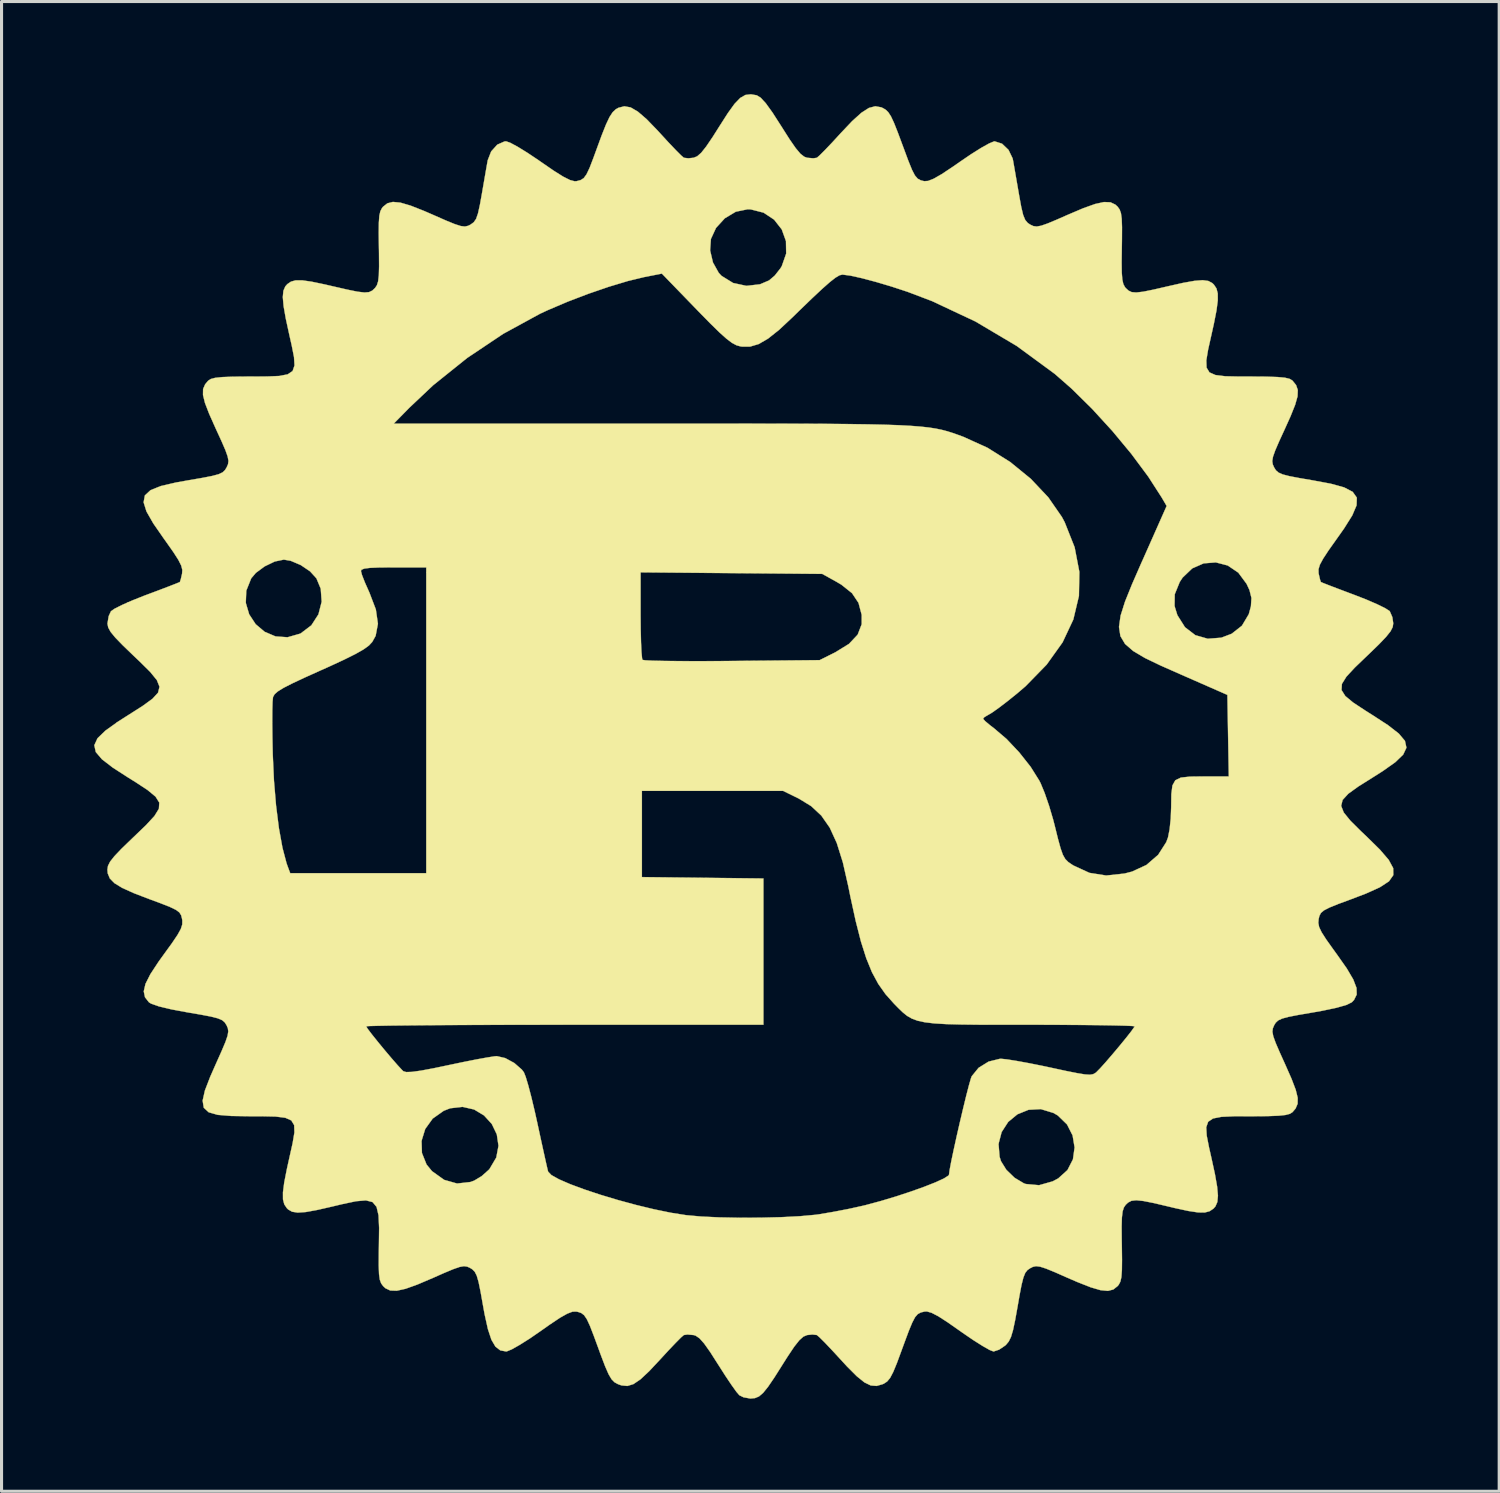
<source format=kicad_pcb>
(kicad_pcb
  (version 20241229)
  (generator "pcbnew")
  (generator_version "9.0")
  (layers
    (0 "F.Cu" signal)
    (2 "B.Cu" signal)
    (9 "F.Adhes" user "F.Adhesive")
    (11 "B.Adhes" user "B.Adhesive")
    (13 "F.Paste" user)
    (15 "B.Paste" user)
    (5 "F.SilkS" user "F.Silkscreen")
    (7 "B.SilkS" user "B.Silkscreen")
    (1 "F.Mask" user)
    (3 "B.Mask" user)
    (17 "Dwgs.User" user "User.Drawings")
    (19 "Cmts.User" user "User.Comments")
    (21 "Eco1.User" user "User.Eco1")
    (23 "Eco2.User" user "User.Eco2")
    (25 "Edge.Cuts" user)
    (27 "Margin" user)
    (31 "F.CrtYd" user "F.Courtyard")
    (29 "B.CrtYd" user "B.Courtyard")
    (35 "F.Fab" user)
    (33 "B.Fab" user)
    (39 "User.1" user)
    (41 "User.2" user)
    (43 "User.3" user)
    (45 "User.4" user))
  (footprint "rust_logo"
    (layer "F.Cu")
    (at 21.257 21.34)
    (property "Reference" "rust_logo" (at 0 0 0) (layer "F.SilkS") (effects (font (size 1.524 1.524) (thickness 0.3))))
    (attr through_hole)
    (fp_poly (pts (xy 0.206 -21.303) (xy 0.332 -21.227) (xy 0.499 -21.046) (xy 0.717 -20.744) (xy 0.998 -20.306) (xy 1.01 -20.287) (xy 1.271 -19.876) (xy 1.469 -19.591) (xy 1.621 -19.41) (xy 1.746 -19.313) (xy 1.836 -19.28) (xy 2.037 -19.262) (xy 2.154 -19.279) (xy 2.243 -19.356) (xy 2.419 -19.532) (xy 2.657 -19.782) (xy 2.921 -20.07) (xy 3.297 -20.467) (xy 3.596 -20.737) (xy 3.839 -20.893) (xy 4.046 -20.948) (xy 4.238 -20.914) (xy 4.27 -20.9) (xy 4.375 -20.842) (xy 4.464 -20.759) (xy 4.552 -20.625) (xy 4.652 -20.412) (xy 4.778 -20.094) (xy 4.945 -19.645) (xy 4.962 -19.6) (xy 5.118 -19.179) (xy 5.235 -18.891) (xy 5.33 -18.707) (xy 5.42 -18.602) (xy 5.521 -18.548) (xy 5.632 -18.521) (xy 5.758 -18.529) (xy 5.939 -18.601) (xy 6.196 -18.748) (xy 6.552 -18.984) (xy 6.785 -19.146) (xy 7.146 -19.392) (xy 7.472 -19.597) (xy 7.731 -19.742) (xy 7.892 -19.809) (xy 7.912 -19.812) (xy 8.153 -19.735) (xy 8.362 -19.535) (xy 8.495 -19.259) (xy 8.508 -19.199) (xy 8.544 -18.996) (xy 8.599 -18.679) (xy 8.665 -18.299) (xy 8.703 -18.079) (xy 8.774 -17.688) (xy 8.836 -17.428) (xy 8.902 -17.267) (xy 8.985 -17.168) (xy 9.067 -17.113) (xy 9.168 -17.066) (xy 9.275 -17.052) (xy 9.42 -17.078) (xy 9.634 -17.153) (xy 9.947 -17.284) (xy 10.271 -17.427) (xy 10.781 -17.644) (xy 11.168 -17.782) (xy 11.455 -17.845) (xy 11.665 -17.837) (xy 11.824 -17.762) (xy 11.898 -17.693) (xy 11.961 -17.605) (xy 12.004 -17.486) (xy 12.029 -17.306) (xy 12.039 -17.033) (xy 12.037 -16.638) (xy 12.033 -16.372) (xy 12.027 -15.897) (xy 12.031 -15.561) (xy 12.049 -15.334) (xy 12.082 -15.187) (xy 12.135 -15.089) (xy 12.157 -15.062) (xy 12.248 -14.977) (xy 12.353 -14.927) (xy 12.502 -14.915) (xy 12.726 -14.941) (xy 13.054 -15.007) (xy 13.513 -15.113) (xy 14.018 -15.227) (xy 14.389 -15.293) (xy 14.652 -15.314) (xy 14.834 -15.289) (xy 14.962 -15.221) (xy 15.015 -15.17) (xy 15.098 -15.047) (xy 15.14 -14.885) (xy 15.141 -14.657) (xy 15.1 -14.338) (xy 15.014 -13.9) (xy 14.931 -13.526) (xy 14.827 -13.061) (xy 14.77 -12.718) (xy 14.778 -12.48) (xy 14.871 -12.327) (xy 15.066 -12.241) (xy 15.382 -12.202) (xy 15.836 -12.192) (xy 16.221 -12.192) (xy 16.719 -12.189) (xy 17.074 -12.177) (xy 17.314 -12.155) (xy 17.465 -12.119) (xy 17.555 -12.066) (xy 17.562 -12.059) (xy 17.678 -11.916) (xy 17.733 -11.757) (xy 17.725 -11.553) (xy 17.648 -11.279) (xy 17.498 -10.905) (xy 17.319 -10.508) (xy 17.127 -10.09) (xy 17 -9.795) (xy 16.929 -9.593) (xy 16.906 -9.454) (xy 16.922 -9.348) (xy 16.965 -9.25) (xy 17.025 -9.154) (xy 17.108 -9.082) (xy 17.243 -9.022) (xy 17.46 -8.966) (xy 17.789 -8.903) (xy 18.204 -8.832) (xy 18.8 -8.721) (xy 19.233 -8.602) (xy 19.512 -8.457) (xy 19.645 -8.269) (xy 19.637 -8.021) (xy 19.498 -7.695) (xy 19.234 -7.274) (xy 19.001 -6.944) (xy 18.732 -6.565) (xy 18.553 -6.292) (xy 18.448 -6.097) (xy 18.404 -5.951) (xy 18.406 -5.828) (xy 18.409 -5.807) (xy 18.451 -5.624) (xy 18.48 -5.537) (xy 18.563 -5.501) (xy 18.775 -5.418) (xy 19.085 -5.3) (xy 19.464 -5.157) (xy 19.553 -5.124) (xy 19.954 -4.968) (xy 20.302 -4.817) (xy 20.563 -4.689) (xy 20.704 -4.599) (xy 20.713 -4.589) (xy 20.796 -4.398) (xy 20.825 -4.198) (xy 20.807 -4.077) (xy 20.736 -3.939) (xy 20.594 -3.761) (xy 20.364 -3.52) (xy 20.027 -3.193) (xy 19.977 -3.146) (xy 19.579 -2.764) (xy 19.306 -2.469) (xy 19.162 -2.236) (xy 19.15 -2.037) (xy 19.271 -1.844) (xy 19.528 -1.631) (xy 19.924 -1.37) (xy 20.151 -1.227) (xy 20.654 -0.9) (xy 21.005 -0.627) (xy 21.204 -0.391) (xy 21.252 -0.17) (xy 21.147 0.054) (xy 20.891 0.301) (xy 20.482 0.59) (xy 20.143 0.805) (xy 19.685 1.093) (xy 19.367 1.323) (xy 19.185 1.522) (xy 19.137 1.715) (xy 19.222 1.93) (xy 19.437 2.195) (xy 19.779 2.535) (xy 19.977 2.723) (xy 20.393 3.132) (xy 20.677 3.463) (xy 20.823 3.732) (xy 20.827 3.958) (xy 20.686 4.159) (xy 20.393 4.351) (xy 19.944 4.554) (xy 19.454 4.741) (xy 19.04 4.894) (xy 18.759 5.008) (xy 18.582 5.099) (xy 18.483 5.183) (xy 18.433 5.278) (xy 18.409 5.378) (xy 18.398 5.506) (xy 18.424 5.64) (xy 18.504 5.808) (xy 18.652 6.04) (xy 18.883 6.365) (xy 19 6.526) (xy 19.321 6.983) (xy 19.53 7.338) (xy 19.635 7.613) (xy 19.641 7.827) (xy 19.555 8.001) (xy 19.483 8.077) (xy 19.312 8.162) (xy 18.983 8.256) (xy 18.507 8.356) (xy 18.204 8.409) (xy 17.75 8.487) (xy 17.433 8.549) (xy 17.225 8.605) (xy 17.096 8.666) (xy 17.017 8.74) (xy 16.967 8.822) (xy 16.924 8.924) (xy 16.911 9.032) (xy 16.938 9.177) (xy 17.014 9.388) (xy 17.146 9.695) (xy 17.321 10.082) (xy 17.531 10.558) (xy 17.666 10.912) (xy 17.73 11.172) (xy 17.727 11.365) (xy 17.661 11.519) (xy 17.562 11.636) (xy 17.478 11.69) (xy 17.335 11.728) (xy 17.107 11.752) (xy 16.766 11.765) (xy 16.285 11.769) (xy 16.221 11.769) (xy 15.665 11.77) (xy 15.26 11.788) (xy 14.987 11.841) (xy 14.829 11.948) (xy 14.767 12.127) (xy 14.783 12.399) (xy 14.858 12.781) (xy 14.931 13.103) (xy 15.049 13.645) (xy 15.12 14.05) (xy 15.146 14.342) (xy 15.127 14.546) (xy 15.065 14.689) (xy 15.001 14.761) (xy 14.877 14.845) (xy 14.72 14.887) (xy 14.499 14.884) (xy 14.187 14.837) (xy 13.752 14.743) (xy 13.531 14.69) (xy 13.064 14.58) (xy 12.731 14.514) (xy 12.501 14.49) (xy 12.345 14.508) (xy 12.234 14.566) (xy 12.157 14.639) (xy 12.098 14.727) (xy 12.058 14.854) (xy 12.035 15.05) (xy 12.027 15.346) (xy 12.03 15.771) (xy 12.033 15.949) (xy 12.039 16.42) (xy 12.035 16.753) (xy 12.019 16.978) (xy 11.986 17.125) (xy 11.934 17.225) (xy 11.898 17.269) (xy 11.759 17.38) (xy 11.582 17.426) (xy 11.343 17.403) (xy 11.019 17.308) (xy 10.584 17.136) (xy 10.276 17.003) (xy 9.867 16.822) (xy 9.581 16.705) (xy 9.386 16.642) (xy 9.253 16.626) (xy 9.15 16.648) (xy 9.07 16.688) (xy 8.976 16.752) (xy 8.904 16.844) (xy 8.844 16.994) (xy 8.784 17.231) (xy 8.716 17.586) (xy 8.66 17.91) (xy 8.577 18.372) (xy 8.508 18.698) (xy 8.442 18.919) (xy 8.369 19.067) (xy 8.281 19.173) (xy 8.253 19.198) (xy 8.057 19.33) (xy 7.884 19.388) (xy 7.877 19.389) (xy 7.752 19.341) (xy 7.523 19.211) (xy 7.218 19.018) (xy 6.868 18.779) (xy 6.788 18.722) (xy 6.382 18.438) (xy 6.085 18.247) (xy 5.873 18.137) (xy 5.722 18.093) (xy 5.64 18.096) (xy 5.519 18.126) (xy 5.422 18.178) (xy 5.335 18.279) (xy 5.243 18.454) (xy 5.13 18.727) (xy 4.983 19.123) (xy 4.905 19.336) (xy 4.748 19.761) (xy 4.627 20.055) (xy 4.527 20.245) (xy 4.431 20.361) (xy 4.325 20.431) (xy 4.287 20.448) (xy 4.09 20.505) (xy 3.9 20.49) (xy 3.694 20.39) (xy 3.447 20.191) (xy 3.135 19.879) (xy 2.921 19.646) (xy 2.649 19.351) (xy 2.413 19.102) (xy 2.239 18.929) (xy 2.154 18.856) (xy 2.009 18.839) (xy 1.837 18.857) (xy 1.718 18.907) (xy 1.584 19.027) (xy 1.417 19.238) (xy 1.199 19.565) (xy 1.05 19.801) (xy 0.78 20.228) (xy 0.574 20.531) (xy 0.414 20.729) (xy 0.279 20.845) (xy 0.149 20.899) (xy 0.003 20.913) (xy 0 20.913) (xy -0.222 20.873) (xy -0.356 20.807) (xy -0.451 20.697) (xy -0.611 20.473) (xy -0.815 20.169) (xy -1.04 19.816) (xy -1.05 19.801) (xy -1.305 19.402) (xy -1.498 19.13) (xy -1.647 18.963) (xy -1.772 18.877) (xy -1.837 18.857) (xy -2.038 18.839) (xy -2.154 18.856) (xy -2.243 18.932) (xy -2.419 19.109) (xy -2.657 19.359) (xy -2.921 19.646) (xy -3.28 20.029) (xy -3.56 20.291) (xy -3.787 20.445) (xy -3.984 20.506) (xy -4.174 20.488) (xy -4.287 20.448) (xy -4.401 20.386) (xy -4.498 20.287) (xy -4.594 20.123) (xy -4.707 19.864) (xy -4.852 19.483) (xy -4.905 19.336) (xy -5.073 18.879) (xy -5.198 18.556) (xy -5.297 18.343) (xy -5.385 18.214) (xy -5.476 18.144) (xy -5.584 18.107) (xy -5.64 18.096) (xy -5.763 18.1) (xy -5.93 18.163) (xy -6.166 18.296) (xy -6.493 18.514) (xy -6.788 18.722) (xy -7.146 18.969) (xy -7.471 19.174) (xy -7.729 19.32) (xy -7.89 19.386) (xy -7.909 19.389) (xy -8.101 19.353) (xy -8.257 19.233) (xy -8.388 19.01) (xy -8.502 18.665) (xy -8.61 18.178) (xy -8.66 17.902) (xy -8.74 17.452) (xy -8.804 17.14) (xy -8.863 16.935) (xy -8.927 16.808) (xy -9.006 16.728) (xy -9.07 16.688) (xy -9.171 16.641) (xy -9.278 16.626) (xy -9.421 16.651) (xy -9.632 16.725) (xy -9.942 16.855) (xy -10.276 17.003) (xy -10.785 17.22) (xy -11.17 17.358) (xy -11.455 17.421) (xy -11.664 17.414) (xy -11.822 17.34) (xy -11.898 17.269) (xy -11.961 17.181) (xy -12.004 17.063) (xy -12.029 16.882) (xy -12.039 16.61) (xy -12.037 16.215) (xy -12.033 15.949) (xy -12.026 15.388) (xy -12.045 14.979) (xy -12.109 14.705) (xy -12.239 14.549) (xy -12.454 14.494) (xy -12.777 14.522) (xy -13.226 14.617) (xy -13.531 14.69) (xy -14.034 14.805) (xy -14.402 14.872) (xy -14.663 14.89) (xy -14.845 14.862) (xy -14.973 14.788) (xy -15.015 14.746) (xy -15.098 14.623) (xy -15.14 14.461) (xy -15.141 14.234) (xy -15.1 13.915) (xy -15.014 13.477) (xy -14.931 13.103) (xy -14.827 12.637) (xy -14.815 12.564) (xy -10.651 12.564) (xy -10.639 12.96) (xy -10.49 13.332) (xy -10.313 13.548) (xy -9.919 13.83) (xy -9.502 13.948) (xy -9.072 13.9) (xy -8.947 13.855) (xy -8.704 13.709) (xy -8.474 13.504) (xy -8.449 13.476) (xy -8.231 13.107) (xy -8.159 12.726) (xy -8.214 12.355) (xy -8.376 12.019) (xy -8.628 11.743) (xy -8.949 11.55) (xy -9.322 11.465) (xy -9.725 11.511) (xy -9.933 11.592) (xy -10.291 11.845) (xy -10.533 12.181) (xy -10.651 12.564) (xy -14.815 12.564) (xy -14.77 12.295) (xy -14.778 12.057) (xy -14.871 11.904) (xy -15.066 11.818) (xy -15.382 11.779) (xy -15.836 11.769) (xy -16.221 11.769) (xy -16.816 11.76) (xy -17.255 11.724) (xy -17.548 11.64) (xy -17.706 11.493) (xy -17.743 11.263) (xy -17.669 10.934) (xy -17.496 10.486) (xy -17.32 10.087) (xy -17.131 9.664) (xy -17.005 9.366) (xy -16.935 9.161) (xy -16.912 9.02) (xy -16.927 8.913) (xy -16.952 8.856) (xy -12.446 8.856) (xy -12.395 8.939) (xy -12.26 9.117) (xy -12.069 9.356) (xy -11.848 9.624) (xy -11.626 9.887) (xy -11.429 10.113) (xy -11.285 10.269) (xy -11.241 10.311) (xy -11.149 10.338) (xy -10.964 10.332) (xy -10.668 10.291) (xy -10.242 10.211) (xy -9.776 10.113) (xy -9.304 10.014) (xy -8.877 9.929) (xy -8.528 9.866) (xy -8.289 9.828) (xy -8.213 9.822) (xy -7.942 9.885) (xy -7.648 10.044) (xy -7.403 10.258) (xy -7.336 10.346) (xy -7.278 10.492) (xy -7.194 10.771) (xy -7.094 11.153) (xy -6.986 11.606) (xy -6.903 11.98) (xy -6.799 12.461) (xy -6.705 12.89) (xy -6.628 13.238) (xy -6.574 13.475) (xy -6.552 13.563) (xy -6.446 13.674) (xy -6.199 13.812) (xy -5.835 13.97) (xy -5.38 14.139) (xy -4.856 14.313) (xy -4.29 14.483) (xy -3.705 14.642) (xy -3.126 14.782) (xy -2.578 14.895) (xy -2.084 14.973) (xy -2.074 14.974) (xy -1.599 15.017) (xy -1.008 15.045) (xy -0.347 15.058) (xy 0.339 15.055) (xy 1.005 15.038) (xy 1.607 15.007) (xy 2.099 14.962) (xy 2.22 14.946) (xy 2.685 14.867) (xy 3.189 14.77) (xy 3.641 14.67) (xy 3.744 14.645) (xy 4.229 14.514) (xy 4.725 14.365) (xy 5.204 14.207) (xy 5.639 14.051) (xy 6.004 13.907) (xy 6.273 13.783) (xy 6.417 13.69) (xy 6.435 13.66) (xy 6.454 13.513) (xy 6.506 13.237) (xy 6.584 12.866) (xy 6.629 12.663) (xy 8.039 12.663) (xy 8.073 13.081) (xy 8.118 13.224) (xy 8.291 13.503) (xy 8.56 13.763) (xy 8.858 13.941) (xy 8.923 13.964) (xy 9.351 14.003) (xy 9.794 13.878) (xy 9.972 13.783) (xy 10.272 13.512) (xy 10.449 13.166) (xy 10.503 12.78) (xy 10.438 12.39) (xy 10.257 12.034) (xy 9.961 11.746) (xy 9.82 11.663) (xy 9.409 11.538) (xy 9.011 11.56) (xy 8.651 11.706) (xy 8.352 11.953) (xy 8.14 12.28) (xy 8.039 12.663) (xy 6.629 12.663) (xy 6.679 12.433) (xy 6.784 11.974) (xy 6.891 11.521) (xy 6.991 11.11) (xy 7.078 10.774) (xy 7.143 10.547) (xy 7.17 10.474) (xy 7.393 10.2) (xy 7.717 9.999) (xy 8.076 9.91) (xy 8.128 9.908) (xy 8.313 9.927) (xy 8.626 9.977) (xy 9.031 10.051) (xy 9.49 10.143) (xy 9.737 10.196) (xy 10.233 10.303) (xy 10.591 10.374) (xy 10.837 10.414) (xy 11 10.424) (xy 11.105 10.406) (xy 11.179 10.365) (xy 11.207 10.342) (xy 11.331 10.216) (xy 11.518 10.008) (xy 11.739 9.751) (xy 11.969 9.477) (xy 12.18 9.219) (xy 12.344 9.009) (xy 12.436 8.879) (xy 12.446 8.856) (xy 12.364 8.845) (xy 12.131 8.835) (xy 11.765 8.826) (xy 11.282 8.818) (xy 10.702 8.812) (xy 10.042 8.808) (xy 9.321 8.805) (xy 9.051 8.805) (xy 8.162 8.805) (xy 7.425 8.804) (xy 6.822 8.797) (xy 6.338 8.784) (xy 5.954 8.761) (xy 5.653 8.725) (xy 5.418 8.675) (xy 5.232 8.606) (xy 5.077 8.517) (xy 4.937 8.404) (xy 4.794 8.266) (xy 4.652 8.121) (xy 4.378 7.814) (xy 4.143 7.481) (xy 3.938 7.101) (xy 3.754 6.65) (xy 3.581 6.106) (xy 3.413 5.447) (xy 3.239 4.65) (xy 3.172 4.318) (xy 2.996 3.545) (xy 2.8 2.92) (xy 2.572 2.422) (xy 2.299 2.03) (xy 1.971 1.724) (xy 1.574 1.481) (xy 1.55 1.469) (xy 1.058 1.228) (xy -3.514 1.228) (xy -3.514 4.022) (xy 0.423 4.067) (xy 0.423 8.805) (xy -6.011 8.805) (xy -7.039 8.806) (xy -8.015 8.808) (xy -8.928 8.811) (xy -9.764 8.815) (xy -10.511 8.82) (xy -11.155 8.826) (xy -11.683 8.832) (xy -12.083 8.84) (xy -12.341 8.847) (xy -12.445 8.855) (xy -12.446 8.856) (xy -16.952 8.856) (xy -16.968 8.821) (xy -17.027 8.728) (xy -17.112 8.656) (xy -17.251 8.597) (xy -17.474 8.54) (xy -17.81 8.476) (xy -18.204 8.409) (xy -18.753 8.307) (xy -19.16 8.21) (xy -19.414 8.12) (xy -19.483 8.077) (xy -19.61 7.915) (xy -19.65 7.723) (xy -19.594 7.48) (xy -19.436 7.167) (xy -19.17 6.762) (xy -19 6.526) (xy -18.732 6.156) (xy -18.554 5.891) (xy -18.449 5.701) (xy -18.403 5.557) (xy -18.401 5.43) (xy -18.409 5.378) (xy -18.438 5.261) (xy -18.494 5.169) (xy -18.604 5.085) (xy -18.796 4.992) (xy -19.096 4.873) (xy -19.454 4.741) (xy -19.972 4.542) (xy -20.347 4.373) (xy -20.599 4.219) (xy -20.749 4.066) (xy -20.818 3.899) (xy -20.828 3.781) (xy -20.809 3.659) (xy -20.74 3.521) (xy -20.601 3.345) (xy -20.375 3.107) (xy -20.043 2.786) (xy -19.977 2.723) (xy -19.577 2.339) (xy -19.304 2.043) (xy -19.16 1.809) (xy -19.147 1.609) (xy -19.268 1.416) (xy -19.525 1.203) (xy -19.92 0.943) (xy -20.151 0.8) (xy -20.653 0.476) (xy -21.004 0.206) (xy -21.204 -0.029) (xy -21.252 -0.249) (xy -21.149 -0.474) (xy -20.894 -0.721) (xy -20.54 -0.974) (xy -15.488 -0.974) (xy -15.483 -0.501) (xy -15.472 0.019) (xy -15.472 0.028) (xy -15.433 0.889) (xy -15.365 1.702) (xy -15.272 2.439) (xy -15.157 3.073) (xy -15.025 3.573) (xy -14.984 3.688) (xy -14.906 3.895) (xy -10.499 3.895) (xy -10.499 -4.463) (xy -3.556 -4.463) (xy -3.552 -3.994) (xy -3.542 -3.585) (xy -3.527 -3.266) (xy -3.508 -3.066) (xy -3.494 -3.014) (xy -3.397 -3) (xy -3.151 -2.988) (xy -2.776 -2.98) (xy -2.293 -2.975) (xy -1.72 -2.973) (xy -1.08 -2.975) (xy -0.594 -2.979) (xy 2.244 -3.006) (xy 2.752 -3.26) (xy 3.194 -3.532) (xy 3.476 -3.831) (xy 3.606 -4.169) (xy 3.606 -4.473) (xy 3.503 -4.861) (xy 3.293 -5.175) (xy 2.95 -5.449) (xy 2.779 -5.55) (xy 2.328 -5.8) (xy -3.556 -5.85) (xy -3.556 -4.463) (xy -10.499 -4.463) (xy -10.499 -6.011) (xy -11.557 -6.011) (xy -12.012 -6.008) (xy -12.321 -5.995) (xy -12.509 -5.971) (xy -12.598 -5.933) (xy -12.615 -5.894) (xy -12.581 -5.764) (xy -12.49 -5.53) (xy -12.361 -5.239) (xy -12.341 -5.195) (xy -12.132 -4.648) (xy -12.065 -4.184) (xy -12.139 -3.793) (xy -12.25 -3.594) (xy -12.355 -3.481) (xy -12.527 -3.356) (xy -12.786 -3.208) (xy -13.153 -3.025) (xy -13.647 -2.796) (xy -13.923 -2.673) (xy -14.453 -2.434) (xy -14.847 -2.249) (xy -15.124 -2.107) (xy -15.305 -1.995) (xy -15.41 -1.903) (xy -15.459 -1.819) (xy -15.464 -1.803) (xy -15.478 -1.655) (xy -15.486 -1.369) (xy -15.488 -0.974) (xy -20.54 -0.974) (xy -20.487 -1.012) (xy -20.144 -1.231) (xy -19.687 -1.522) (xy -19.369 -1.753) (xy -19.187 -1.951) (xy -19.14 -2.144) (xy -19.225 -2.358) (xy -19.44 -2.622) (xy -19.782 -2.961) (xy -19.977 -3.146) (xy -20.329 -3.485) (xy -20.571 -3.735) (xy -20.723 -3.92) (xy -20.801 -4.062) (xy -20.825 -4.183) (xy -20.825 -4.198) (xy -20.786 -4.431) (xy -20.713 -4.589) (xy -20.595 -4.672) (xy -20.352 -4.794) (xy -20.2 -4.861) (xy -16.345 -4.861) (xy -16.236 -4.491) (xy -16.026 -4.171) (xy -15.734 -3.924) (xy -15.383 -3.775) (xy -14.993 -3.747) (xy -14.586 -3.863) (xy -14.564 -3.874) (xy -14.222 -4.133) (xy -13.992 -4.488) (xy -13.887 -4.897) (xy -13.917 -5.319) (xy -14.057 -5.656) (xy -14.264 -5.883) (xy -14.565 -6.086) (xy -14.89 -6.224) (xy -15.113 -6.262) (xy -15.407 -6.201) (xy -15.733 -6.044) (xy -16.019 -5.833) (xy -16.169 -5.656) (xy -16.329 -5.257) (xy -16.345 -4.861) (xy -20.2 -4.861) (xy -20.015 -4.942) (xy -19.621 -5.099) (xy -19.553 -5.124) (xy -19.163 -5.27) (xy -18.835 -5.395) (xy -18.599 -5.487) (xy -18.486 -5.534) (xy -18.48 -5.537) (xy -18.451 -5.626) (xy -18.409 -5.807) (xy -18.401 -5.93) (xy -18.437 -6.07) (xy -18.53 -6.255) (xy -18.696 -6.513) (xy -18.949 -6.872) (xy -19.001 -6.944) (xy -19.342 -7.436) (xy -19.562 -7.821) (xy -19.655 -8.118) (xy -19.614 -8.342) (xy -19.43 -8.512) (xy -19.097 -8.646) (xy -18.607 -8.76) (xy -18.204 -8.832) (xy -17.75 -8.91) (xy -17.434 -8.972) (xy -17.226 -9.028) (xy -17.097 -9.088) (xy -17.018 -9.163) (xy -16.965 -9.25) (xy -16.92 -9.353) (xy -16.906 -9.46) (xy -16.932 -9.602) (xy -17.005 -9.808) (xy -17.135 -10.108) (xy -17.319 -10.508) (xy -17.39 -10.668) (xy -11.552 -10.668) (xy -3.157 -10.668) (xy -1.737 -10.668) (xy -0.476 -10.668) (xy 0.637 -10.666) (xy 1.613 -10.664) (xy 2.462 -10.66) (xy 3.197 -10.653) (xy 3.826 -10.644) (xy 4.361 -10.632) (xy 4.814 -10.616) (xy 5.193 -10.596) (xy 5.511 -10.571) (xy 5.778 -10.542) (xy 6.005 -10.507) (xy 6.202 -10.466) (xy 6.381 -10.419) (xy 6.552 -10.365) (xy 6.726 -10.304) (xy 6.907 -10.237) (xy 7.68 -9.886) (xy 8.416 -9.425) (xy 9.083 -8.881) (xy 9.651 -8.279) (xy 10.089 -7.647) (xy 10.182 -7.473) (xy 10.504 -6.662) (xy 10.657 -5.865) (xy 10.643 -5.085) (xy 10.462 -4.323) (xy 10.113 -3.581) (xy 9.598 -2.861) (xy 8.917 -2.163) (xy 8.644 -1.929) (xy 8.331 -1.677) (xy 8.047 -1.46) (xy 7.829 -1.306) (xy 7.73 -1.247) (xy 7.583 -1.162) (xy 7.537 -1.108) (xy 7.601 -1.034) (xy 7.761 -0.899) (xy 7.886 -0.804) (xy 8.296 -0.455) (xy 8.708 -0.019) (xy 9.078 0.449) (xy 9.358 0.895) (xy 9.402 0.981) (xy 9.534 1.301) (xy 9.677 1.716) (xy 9.807 2.156) (xy 9.854 2.337) (xy 9.964 2.781) (xy 10.049 3.091) (xy 10.123 3.3) (xy 10.201 3.437) (xy 10.297 3.534) (xy 10.426 3.622) (xy 10.466 3.647) (xy 10.983 3.885) (xy 11.526 3.971) (xy 12.12 3.907) (xy 12.367 3.843) (xy 12.83 3.629) (xy 13.21 3.3) (xy 13.472 2.89) (xy 13.529 2.736) (xy 13.58 2.477) (xy 13.617 2.125) (xy 13.631 1.753) (xy 13.631 1.741) (xy 13.637 1.33) (xy 13.672 1.053) (xy 13.766 0.885) (xy 13.945 0.799) (xy 14.239 0.767) (xy 14.652 0.762) (xy 15.498 0.762) (xy 15.475 -0.559) (xy 15.452 -1.88) (xy 13.928 -2.549) (xy 13.288 -2.832) (xy 12.781 -3.076) (xy 12.4 -3.302) (xy 12.137 -3.531) (xy 11.987 -3.784) (xy 11.941 -4.083) (xy 11.993 -4.448) (xy 12.091 -4.757) (xy 13.741 -4.757) (xy 13.832 -4.463) (xy 14.079 -4.072) (xy 14.415 -3.814) (xy 14.816 -3.699) (xy 15.256 -3.733) (xy 15.592 -3.861) (xy 15.923 -4.121) (xy 16.145 -4.493) (xy 16.215 -4.75) (xy 16.232 -5.02) (xy 16.168 -5.276) (xy 16.074 -5.478) (xy 15.806 -5.84) (xy 15.463 -6.072) (xy 15.078 -6.172) (xy 14.684 -6.141) (xy 14.314 -5.978) (xy 14.002 -5.68) (xy 13.908 -5.537) (xy 13.747 -5.14) (xy 13.741 -4.757) (xy 12.091 -4.757) (xy 12.136 -4.901) (xy 12.363 -5.464) (xy 12.666 -6.157) (xy 12.712 -6.258) (xy 13.485 -8) (xy 13.325 -8.274) (xy 12.888 -8.952) (xy 12.344 -9.684) (xy 11.726 -10.429) (xy 11.069 -11.147) (xy 10.407 -11.8) (xy 9.864 -12.276) (xy 8.63 -13.182) (xy 7.291 -13.976) (xy 5.886 -14.636) (xy 5.093 -14.937) (xy 4.573 -15.108) (xy 4.068 -15.258) (xy 3.613 -15.379) (xy 3.243 -15.461) (xy 2.993 -15.494) (xy 2.976 -15.494) (xy 2.886 -15.472) (xy 2.758 -15.396) (xy 2.576 -15.254) (xy 2.327 -15.034) (xy 1.995 -14.723) (xy 1.565 -14.308) (xy 1.367 -14.114) (xy 0.932 -13.707) (xy 0.574 -13.422) (xy 0.269 -13.245) (xy -0.007 -13.163) (xy -0.277 -13.163) (xy -0.322 -13.17) (xy -0.452 -13.206) (xy -0.595 -13.283) (xy -0.772 -13.416) (xy -1.002 -13.622) (xy -1.305 -13.919) (xy -1.7 -14.322) (xy -1.751 -14.375) (xy -2.867 -15.527) (xy -3.444 -15.414) (xy -3.965 -15.288) (xy -4.586 -15.101) (xy -5.259 -14.87) (xy -5.936 -14.611) (xy -6.566 -14.342) (xy -6.816 -14.226) (xy -8.007 -13.576) (xy -9.176 -12.793) (xy -10.275 -11.911) (xy -11.046 -11.183) (xy -11.552 -10.668) (xy -17.39 -10.668) (xy -17.531 -10.983) (xy -17.667 -11.336) (xy -17.731 -11.595) (xy -17.728 -11.789) (xy -17.661 -11.943) (xy -17.562 -12.059) (xy -17.478 -12.113) (xy -17.335 -12.151) (xy -17.107 -12.175) (xy -16.766 -12.188) (xy -16.285 -12.192) (xy -16.221 -12.192) (xy -15.665 -12.194) (xy -15.26 -12.211) (xy -14.987 -12.264) (xy -14.829 -12.371) (xy -14.767 -12.551) (xy -14.783 -12.822) (xy -14.858 -13.204) (xy -14.931 -13.526) (xy -15.049 -14.068) (xy -15.12 -14.473) (xy -15.146 -14.765) (xy -15.127 -14.97) (xy -15.065 -15.112) (xy -15.001 -15.185) (xy -14.881 -15.267) (xy -14.729 -15.309) (xy -14.516 -15.309) (xy -14.212 -15.265) (xy -13.79 -15.177) (xy -13.513 -15.113) (xy -13.051 -15.007) (xy -12.724 -14.941) (xy -12.501 -14.915) (xy -12.352 -14.927) (xy -12.247 -14.977) (xy -12.157 -15.062) (xy -12.098 -15.15) (xy -12.058 -15.277) (xy -12.035 -15.474) (xy -12.027 -15.769) (xy -12.03 -16.194) (xy -12.031 -16.278) (xy -1.304 -16.278) (xy -1.212 -15.887) (xy -1.025 -15.552) (xy -0.934 -15.454) (xy -0.559 -15.223) (xy -0.128 -15.13) (xy 0.313 -15.181) (xy 0.606 -15.306) (xy 0.79 -15.463) (xy 0.973 -15.696) (xy 1.018 -15.77) (xy 1.16 -16.175) (xy 1.153 -16.581) (xy 1.017 -16.958) (xy 0.769 -17.275) (xy 0.429 -17.501) (xy 0.014 -17.607) (xy -0.088 -17.611) (xy -0.472 -17.532) (xy -0.828 -17.319) (xy -1.113 -17.007) (xy -1.278 -16.65) (xy -1.304 -16.278) (xy -12.031 -16.278) (xy -12.033 -16.372) (xy -12.039 -16.843) (xy -12.035 -17.176) (xy -12.019 -17.401) (xy -11.986 -17.548) (xy -11.934 -17.648) (xy -11.898 -17.693) (xy -11.758 -17.804) (xy -11.579 -17.849) (xy -11.337 -17.826) (xy -11.009 -17.73) (xy -10.57 -17.557) (xy -10.271 -17.427) (xy -9.862 -17.247) (xy -9.575 -17.13) (xy -9.381 -17.068) (xy -9.247 -17.052) (xy -9.144 -17.075) (xy -9.067 -17.113) (xy -8.963 -17.188) (xy -8.885 -17.298) (xy -8.822 -17.48) (xy -8.759 -17.767) (xy -8.703 -18.079) (xy -8.635 -18.471) (xy -8.573 -18.83) (xy -8.525 -19.103) (xy -8.508 -19.199) (xy -8.396 -19.485) (xy -8.199 -19.704) (xy -7.961 -19.809) (xy -7.912 -19.812) (xy -7.778 -19.765) (xy -7.538 -19.636) (xy -7.225 -19.443) (xy -6.869 -19.205) (xy -6.785 -19.146) (xy -6.369 -18.86) (xy -6.063 -18.668) (xy -5.845 -18.558) (xy -5.693 -18.518) (xy -5.632 -18.521) (xy -5.501 -18.555) (xy -5.399 -18.619) (xy -5.308 -18.742) (xy -5.208 -18.952) (xy -5.083 -19.278) (xy -4.996 -19.516) (xy -4.817 -20.004) (xy -4.677 -20.356) (xy -4.563 -20.597) (xy -4.462 -20.753) (xy -4.361 -20.849) (xy -4.275 -20.898) (xy -4.083 -20.947) (xy -3.88 -20.911) (xy -3.647 -20.776) (xy -3.361 -20.53) (xy -3.004 -20.161) (xy -2.921 -20.07) (xy -2.649 -19.774) (xy -2.413 -19.526) (xy -2.239 -19.352) (xy -2.154 -19.279) (xy -2.009 -19.262) (xy -1.836 -19.28) (xy -1.721 -19.328) (xy -1.592 -19.441) (xy -1.432 -19.642) (xy -1.222 -19.952) (xy -1.01 -20.287) (xy -0.732 -20.722) (xy -0.513 -21.026) (xy -0.329 -21.217) (xy -0.16 -21.314) (xy 0.017 -21.335) (xy 0.206 -21.303)) (stroke (width 0.01) (type solid)) (fill yes) (layer "F.SilkS")))
  (gr_rect
    (start -3 -3)
    (end 45.514 45.258)
    (stroke (width 0.1) (type default))
    (fill no)
    (layer "Edge.Cuts")))
</source>
